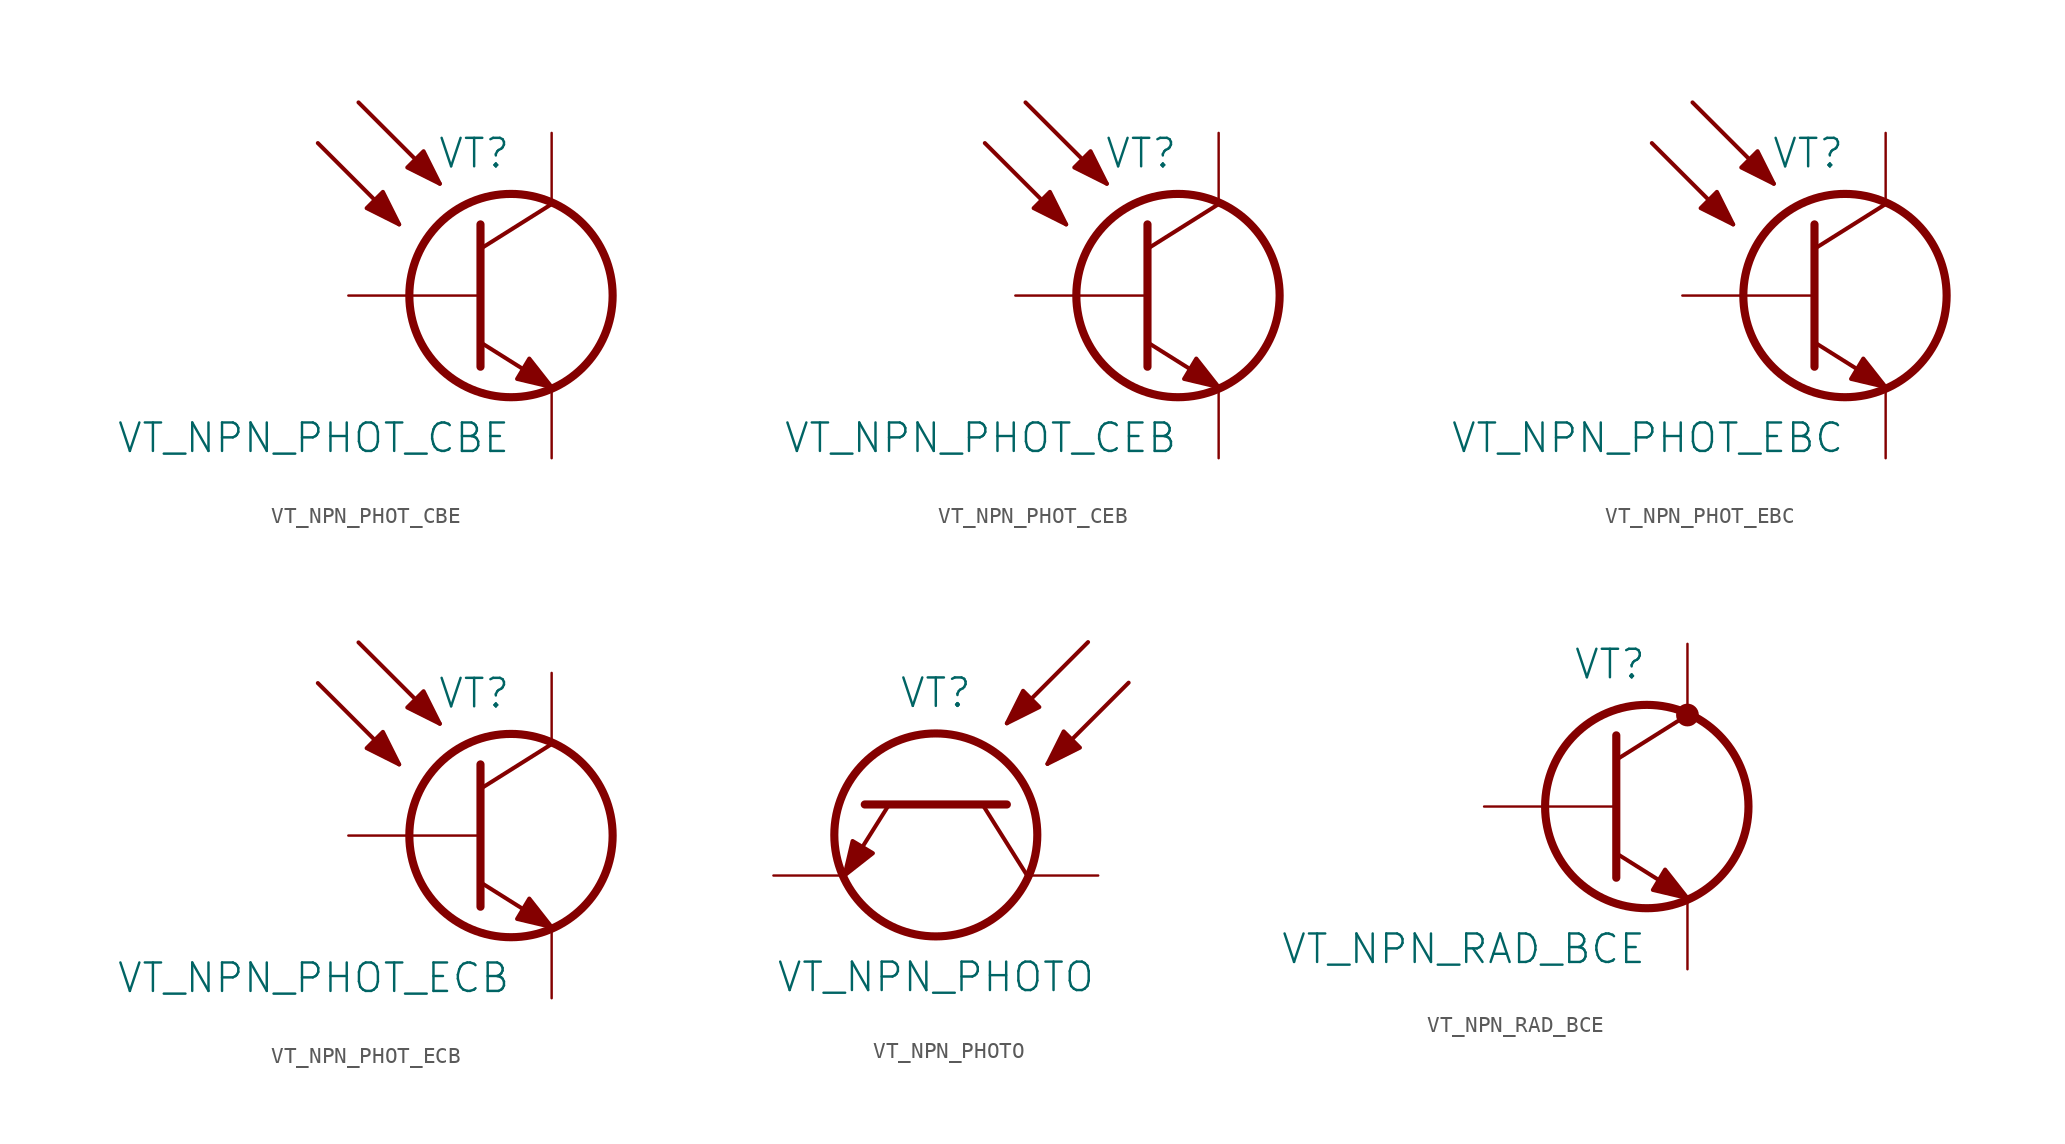
<source format=kicad_sym>
(kicad_symbol_lib
  (version 20211014)
  (generator kicad_symbol_editor)
  (symbol "VT_NPN_PHOT_CBE"
    (pin_names
      (offset 0))
    (property "Reference" "VT"
      (at 0 8.89 0)
      (effects (font (size 1.778 1.778)) (justify right)))
    (property "Value" "VT_NPN_PHOT_CBE"
      (at 0 -8.89 0)
      (effects (font (size 1.778 1.778)) (justify right)))
    (symbol "VT_NPN_PHOT_CBE_0_1"
      (polyline (pts (xy -12.065 9.525) (xy -6.985 4.445)) (stroke (width 0.254) (type default) (color 0 0 0 0)) (fill (type none)))
      (polyline (pts (xy -10.16 0) (xy -1.905 0)) (stroke (width 0) (type default) (color 0 0 0 0)) (fill (type none)))
      (polyline (pts (xy -9.525 12.065) (xy -4.445 6.985)) (stroke (width 0.254) (type default) (color 0 0 0 0)) (fill (type none)))
      (polyline (pts (xy -1.905 -2.921) (xy 2.54 -5.715)) (stroke (width 0.254) (type default) (color 0 0 0 0)) (fill (type none)))
      (polyline (pts (xy -1.905 4.445) (xy -1.905 -4.445)) (stroke (width 0.508) (type default) (color 0 0 0 0)) (fill (type none)))
      (polyline (pts (xy 2.54 -5.715) (xy 2.54 -10.16)) (stroke (width 0) (type default) (color 0 0 0 0)) (fill (type none)))
      (polyline (pts (xy 2.54 5.715) (xy -1.905 2.921)) (stroke (width 0.254) (type default) (color 0 0 0 0)) (fill (type none)))
      (polyline (pts (xy 2.54 10.16) (xy 2.54 5.715)) (stroke (width 0) (type default) (color 0 0 0 0)) (fill (type none)))
      (polyline (pts (xy -6.985 4.445) (xy -9.017 5.461) (xy -8.001 6.477) (xy -6.985 4.445)) (stroke (width 0.254) (type default) (color 0 0 0 0)) (fill (type outline)))
      (polyline (pts (xy -4.445 6.985) (xy -6.477 8.001) (xy -5.461 9.017) (xy -4.445 6.985)) (stroke (width 0.254) (type default) (color 0 0 0 0)) (fill (type outline)))
      (polyline (pts (xy 2.54 -5.715) (xy 0.381 -5.207) (xy 1.143 -3.937) (xy 2.54 -5.715)) (stroke (width 0.254) (type default) (color 0 0 0 0)) (fill (type outline)))
      (circle (center 0 0) (radius 6.35) (stroke (width 0.508) (type default) (color 0 0 0 0)) (fill (type none))))
    (symbol "VT_NPN_PHOT_CBE_1_1"
      (pin passive line (at 2.54 10.16 270) (length 2.54) hide (name "C" (effects (font (size 1.27 1.27)))) (number "1" (effects (font (size 1.27 1.27)))))
      (pin passive line (at -10.16 0 0) (length 2.54) hide (name "B" (effects (font (size 1.27 1.27)))) (number "2" (effects (font (size 1.27 1.27)))))
      (pin passive line (at 2.54 -10.16 90) (length 2.54) hide (name "E" (effects (font (size 1.27 1.27)))) (number "3" (effects (font (size 1.27 1.27)))))))
  (symbol "VT_NPN_PHOT_CEB"
    (pin_names
      (offset 0))
    (property "Reference" "VT"
      (at 0 8.89 0)
      (effects (font (size 1.778 1.778)) (justify right)))
    (property "Value" "VT_NPN_PHOT_CEB"
      (at 0 -8.89 0)
      (effects (font (size 1.778 1.778)) (justify right)))
    (symbol "VT_NPN_PHOT_CEB_0_1"
      (polyline (pts (xy -12.065 9.525) (xy -6.985 4.445)) (stroke (width 0.254) (type default) (color 0 0 0 0)) (fill (type none)))
      (polyline (pts (xy -10.16 0) (xy -1.905 0)) (stroke (width 0) (type default) (color 0 0 0 0)) (fill (type none)))
      (polyline (pts (xy -9.525 12.065) (xy -4.445 6.985)) (stroke (width 0.254) (type default) (color 0 0 0 0)) (fill (type none)))
      (polyline (pts (xy -1.905 -2.921) (xy 2.54 -5.715)) (stroke (width 0.254) (type default) (color 0 0 0 0)) (fill (type none)))
      (polyline (pts (xy -1.905 4.445) (xy -1.905 -4.445)) (stroke (width 0.508) (type default) (color 0 0 0 0)) (fill (type none)))
      (polyline (pts (xy 2.54 -5.715) (xy 2.54 -10.16)) (stroke (width 0) (type default) (color 0 0 0 0)) (fill (type none)))
      (polyline (pts (xy 2.54 5.715) (xy -1.905 2.921)) (stroke (width 0.254) (type default) (color 0 0 0 0)) (fill (type none)))
      (polyline (pts (xy 2.54 10.16) (xy 2.54 5.715)) (stroke (width 0) (type default) (color 0 0 0 0)) (fill (type none)))
      (polyline (pts (xy -6.985 4.445) (xy -9.017 5.461) (xy -8.001 6.477) (xy -6.985 4.445)) (stroke (width 0.254) (type default) (color 0 0 0 0)) (fill (type outline)))
      (polyline (pts (xy -4.445 6.985) (xy -6.477 8.001) (xy -5.461 9.017) (xy -4.445 6.985)) (stroke (width 0.254) (type default) (color 0 0 0 0)) (fill (type outline)))
      (polyline (pts (xy 2.54 -5.715) (xy 0.381 -5.207) (xy 1.143 -3.937) (xy 2.54 -5.715)) (stroke (width 0.254) (type default) (color 0 0 0 0)) (fill (type outline)))
      (circle (center 0 0) (radius 6.35) (stroke (width 0.508) (type default) (color 0 0 0 0)) (fill (type none))))
    (symbol "VT_NPN_PHOT_CEB_1_1"
      (pin passive line (at 2.54 10.16 270) (length 2.54) hide (name "C" (effects (font (size 1.27 1.27)))) (number "1" (effects (font (size 1.27 1.27)))))
      (pin passive line (at 2.54 -10.16 90) (length 2.54) hide (name "E" (effects (font (size 1.27 1.27)))) (number "2" (effects (font (size 1.27 1.27)))))
      (pin passive line (at -10.16 0 0) (length 2.54) hide (name "B" (effects (font (size 1.27 1.27)))) (number "3" (effects (font (size 1.27 1.27)))))))
  (symbol "VT_NPN_PHOT_EBC"
    (pin_names
      (offset 0))
    (property "Reference" "VT"
      (at 0 8.89 0)
      (effects (font (size 1.778 1.778)) (justify right)))
    (property "Value" "VT_NPN_PHOT_EBC"
      (at 0 -8.89 0)
      (effects (font (size 1.778 1.778)) (justify right)))
    (symbol "VT_NPN_PHOT_EBC_0_1"
      (polyline (pts (xy -12.065 9.525) (xy -6.985 4.445)) (stroke (width 0.254) (type default) (color 0 0 0 0)) (fill (type none)))
      (polyline (pts (xy -10.16 0) (xy -1.905 0)) (stroke (width 0) (type default) (color 0 0 0 0)) (fill (type none)))
      (polyline (pts (xy -9.525 12.065) (xy -4.445 6.985)) (stroke (width 0.254) (type default) (color 0 0 0 0)) (fill (type none)))
      (polyline (pts (xy -1.905 -2.921) (xy 2.54 -5.715)) (stroke (width 0.254) (type default) (color 0 0 0 0)) (fill (type none)))
      (polyline (pts (xy -1.905 4.445) (xy -1.905 -4.445)) (stroke (width 0.508) (type default) (color 0 0 0 0)) (fill (type none)))
      (polyline (pts (xy 2.54 -5.715) (xy 2.54 -10.16)) (stroke (width 0) (type default) (color 0 0 0 0)) (fill (type none)))
      (polyline (pts (xy 2.54 5.715) (xy -1.905 2.921)) (stroke (width 0.254) (type default) (color 0 0 0 0)) (fill (type none)))
      (polyline (pts (xy 2.54 10.16) (xy 2.54 5.715)) (stroke (width 0) (type default) (color 0 0 0 0)) (fill (type none)))
      (polyline (pts (xy -6.985 4.445) (xy -9.017 5.461) (xy -8.001 6.477) (xy -6.985 4.445)) (stroke (width 0.254) (type default) (color 0 0 0 0)) (fill (type outline)))
      (polyline (pts (xy -4.445 6.985) (xy -6.477 8.001) (xy -5.461 9.017) (xy -4.445 6.985)) (stroke (width 0.254) (type default) (color 0 0 0 0)) (fill (type outline)))
      (polyline (pts (xy 2.54 -5.715) (xy 0.381 -5.207) (xy 1.143 -3.937) (xy 2.54 -5.715)) (stroke (width 0.254) (type default) (color 0 0 0 0)) (fill (type outline)))
      (circle (center 0 0) (radius 6.35) (stroke (width 0.508) (type default) (color 0 0 0 0)) (fill (type none))))
    (symbol "VT_NPN_PHOT_EBC_1_1"
      (pin passive line (at 2.54 -10.16 90) (length 2.54) hide (name "E" (effects (font (size 1.27 1.27)))) (number "1" (effects (font (size 1.27 1.27)))))
      (pin passive line (at -10.16 0 0) (length 2.54) hide (name "B" (effects (font (size 1.27 1.27)))) (number "2" (effects (font (size 1.27 1.27)))))
      (pin passive line (at 2.54 10.16 270) (length 2.54) hide (name "C" (effects (font (size 1.27 1.27)))) (number "3" (effects (font (size 1.27 1.27)))))))
  (symbol "VT_NPN_PHOT_ECB"
    (pin_names
      (offset 0))
    (property "Reference" "VT"
      (at 0 8.89 0)
      (effects (font (size 1.778 1.778)) (justify right)))
    (property "Value" "VT_NPN_PHOT_ECB"
      (at 0 -8.89 0)
      (effects (font (size 1.778 1.778)) (justify right)))
    (symbol "VT_NPN_PHOT_ECB_0_1"
      (polyline (pts (xy -12.065 9.525) (xy -6.985 4.445)) (stroke (width 0.254) (type default) (color 0 0 0 0)) (fill (type none)))
      (polyline (pts (xy -10.16 0) (xy -1.905 0)) (stroke (width 0) (type default) (color 0 0 0 0)) (fill (type none)))
      (polyline (pts (xy -9.525 12.065) (xy -4.445 6.985)) (stroke (width 0.254) (type default) (color 0 0 0 0)) (fill (type none)))
      (polyline (pts (xy -1.905 -2.921) (xy 2.54 -5.715)) (stroke (width 0.254) (type default) (color 0 0 0 0)) (fill (type none)))
      (polyline (pts (xy -1.905 4.445) (xy -1.905 -4.445)) (stroke (width 0.508) (type default) (color 0 0 0 0)) (fill (type none)))
      (polyline (pts (xy 2.54 -5.715) (xy 2.54 -10.16)) (stroke (width 0) (type default) (color 0 0 0 0)) (fill (type none)))
      (polyline (pts (xy 2.54 5.715) (xy -1.905 2.921)) (stroke (width 0.254) (type default) (color 0 0 0 0)) (fill (type none)))
      (polyline (pts (xy 2.54 10.16) (xy 2.54 5.715)) (stroke (width 0) (type default) (color 0 0 0 0)) (fill (type none)))
      (polyline (pts (xy -6.985 4.445) (xy -9.017 5.461) (xy -8.001 6.477) (xy -6.985 4.445)) (stroke (width 0.254) (type default) (color 0 0 0 0)) (fill (type outline)))
      (polyline (pts (xy -4.445 6.985) (xy -6.477 8.001) (xy -5.461 9.017) (xy -4.445 6.985)) (stroke (width 0.254) (type default) (color 0 0 0 0)) (fill (type outline)))
      (polyline (pts (xy 2.54 -5.715) (xy 0.381 -5.207) (xy 1.143 -3.937) (xy 2.54 -5.715)) (stroke (width 0.254) (type default) (color 0 0 0 0)) (fill (type outline)))
      (circle (center 0 0) (radius 6.35) (stroke (width 0.508) (type default) (color 0 0 0 0)) (fill (type none))))
    (symbol "VT_NPN_PHOT_ECB_1_1"
      (pin passive line (at 2.54 -10.16 90) (length 2.54) hide (name "E" (effects (font (size 1.27 1.27)))) (number "1" (effects (font (size 1.27 1.27)))))
      (pin passive line (at 2.54 10.16 270) (length 2.54) hide (name "C" (effects (font (size 1.27 1.27)))) (number "2" (effects (font (size 1.27 1.27)))))
      (pin passive line (at -10.16 0 0) (length 2.54) hide (name "B" (effects (font (size 1.27 1.27)))) (number "3" (effects (font (size 1.27 1.27)))))))
  (symbol "VT_NPN_PHOTO"
    (pin_names
      (offset 0))
    (property "Reference" "VT"
      (at 0 8.89 0)
      (effects (font (size 1.778 1.778))))
    (property "Value" "VT_NPN_PHOTO"
      (at 0 -8.89 0)
      (effects (font (size 1.778 1.778))))
    (symbol "VT_NPN_PHOTO_0_1"
      (polyline (pts (xy -10.16 -2.54) (xy -5.715 -2.54)) (stroke (width 0) (type default) (color 0 0 0 0)) (fill (type none)))
      (polyline (pts (xy -5.715 -2.54) (xy -2.921 1.905)) (stroke (width 0.254) (type default) (color 0 0 0 0)) (fill (type none)))
      (polyline (pts (xy 2.921 1.905) (xy 5.715 -2.54)) (stroke (width 0.254) (type default) (color 0 0 0 0)) (fill (type none)))
      (polyline (pts (xy 4.445 1.905) (xy -4.445 1.905)) (stroke (width 0.508) (type default) (color 0 0 0 0)) (fill (type none)))
      (polyline (pts (xy 5.715 -2.54) (xy 10.16 -2.54)) (stroke (width 0) (type default) (color 0 0 0 0)) (fill (type none)))
      (polyline (pts (xy 9.525 12.065) (xy 4.445 6.985)) (stroke (width 0.254) (type default) (color 0 0 0 0)) (fill (type none)))
      (polyline (pts (xy 12.065 9.525) (xy 6.985 4.445)) (stroke (width 0.254) (type default) (color 0 0 0 0)) (fill (type none)))
      (polyline (pts (xy -5.715 -2.54) (xy -5.207 -0.381) (xy -3.937 -1.143) (xy -5.715 -2.54)) (stroke (width 0.254) (type default) (color 0 0 0 0)) (fill (type outline)))
      (polyline (pts (xy 4.445 6.985) (xy 5.461 9.017) (xy 6.477 8.001) (xy 4.445 6.985)) (stroke (width 0.254) (type default) (color 0 0 0 0)) (fill (type outline)))
      (polyline (pts (xy 6.985 4.445) (xy 8.001 6.477) (xy 9.017 5.461) (xy 6.985 4.445)) (stroke (width 0.254) (type default) (color 0 0 0 0)) (fill (type outline)))
      (circle (center 0 0) (radius 6.35) (stroke (width 0.508) (type default) (color 0 0 0 0)) (fill (type none))))
    (symbol "VT_NPN_PHOTO_1_1"
      (pin passive line (at -10.16 -2.54 0) (length 2.54) hide (name "E" (effects (font (size 1.27 1.27)))) (number "1" (effects (font (size 1.27 1.27)))))
      (pin passive line (at 10.16 -2.54 180) (length 2.54) hide (name "C" (effects (font (size 1.27 1.27)))) (number "2" (effects (font (size 1.27 1.27)))))))
  (symbol "VT_NPN_RAD_BCE"
    (pin_names
      (offset 0))
    (property "Reference" "VT"
      (at 0 8.89 0)
      (effects (font (size 1.778 1.778)) (justify right)))
    (property "Value" "VT_NPN_RAD_BCE"
      (at 0 -8.89 0)
      (effects (font (size 1.778 1.778)) (justify right)))
    (symbol "VT_NPN_RAD_BCE_0_1"
      (polyline (pts (xy -10.16 0) (xy -1.905 0)) (stroke (width 0) (type default) (color 0 0 0 0)) (fill (type none)))
      (polyline (pts (xy -1.905 -2.921) (xy 2.54 -5.715)) (stroke (width 0.254) (type default) (color 0 0 0 0)) (fill (type none)))
      (polyline (pts (xy -1.905 2.921) (xy 2.54 5.715)) (stroke (width 0.254) (type default) (color 0 0 0 0)) (fill (type none)))
      (polyline (pts (xy -1.905 4.445) (xy -1.905 -4.445)) (stroke (width 0.508) (type default) (color 0 0 0 0)) (fill (type none)))
      (polyline (pts (xy 2.54 -5.715) (xy 2.54 -10.16)) (stroke (width 0) (type default) (color 0 0 0 0)) (fill (type none)))
      (polyline (pts (xy 2.54 5.715) (xy 2.54 10.16)) (stroke (width 0) (type default) (color 0 0 0 0)) (fill (type none)))
      (polyline (pts (xy 2.54 -5.715) (xy 0.381 -5.207) (xy 1.143 -3.937) (xy 2.54 -5.715)) (stroke (width 0.254) (type default) (color 0 0 0 0)) (fill (type outline)))
      (circle (center 0 0) (radius 6.35) (stroke (width 0.508) (type default) (color 0 0 0 0)) (fill (type none)))
      (circle (center 2.54 5.715) (radius 0.635) (stroke (width 0) (type default) (color 0 0 0 0)) (fill (type outline))))
    (symbol "VT_NPN_RAD_BCE_1_1"
      (pin passive line (at -10.16 0 0) (length 2.54) hide (name "B" (effects (font (size 1.27 1.27)))) (number "1" (effects (font (size 1.27 1.27)))))
      (pin passive line (at 2.54 10.16 270) (length 2.54) hide (name "C" (effects (font (size 1.27 1.27)))) (number "2" (effects (font (size 1.27 1.27)))))
      (pin passive line (at 2.54 -10.16 90) (length 2.54) hide (name "E" (effects (font (size 1.27 1.27)))) (number "3" (effects (font (size 1.27 1.27))))))))
</source>
